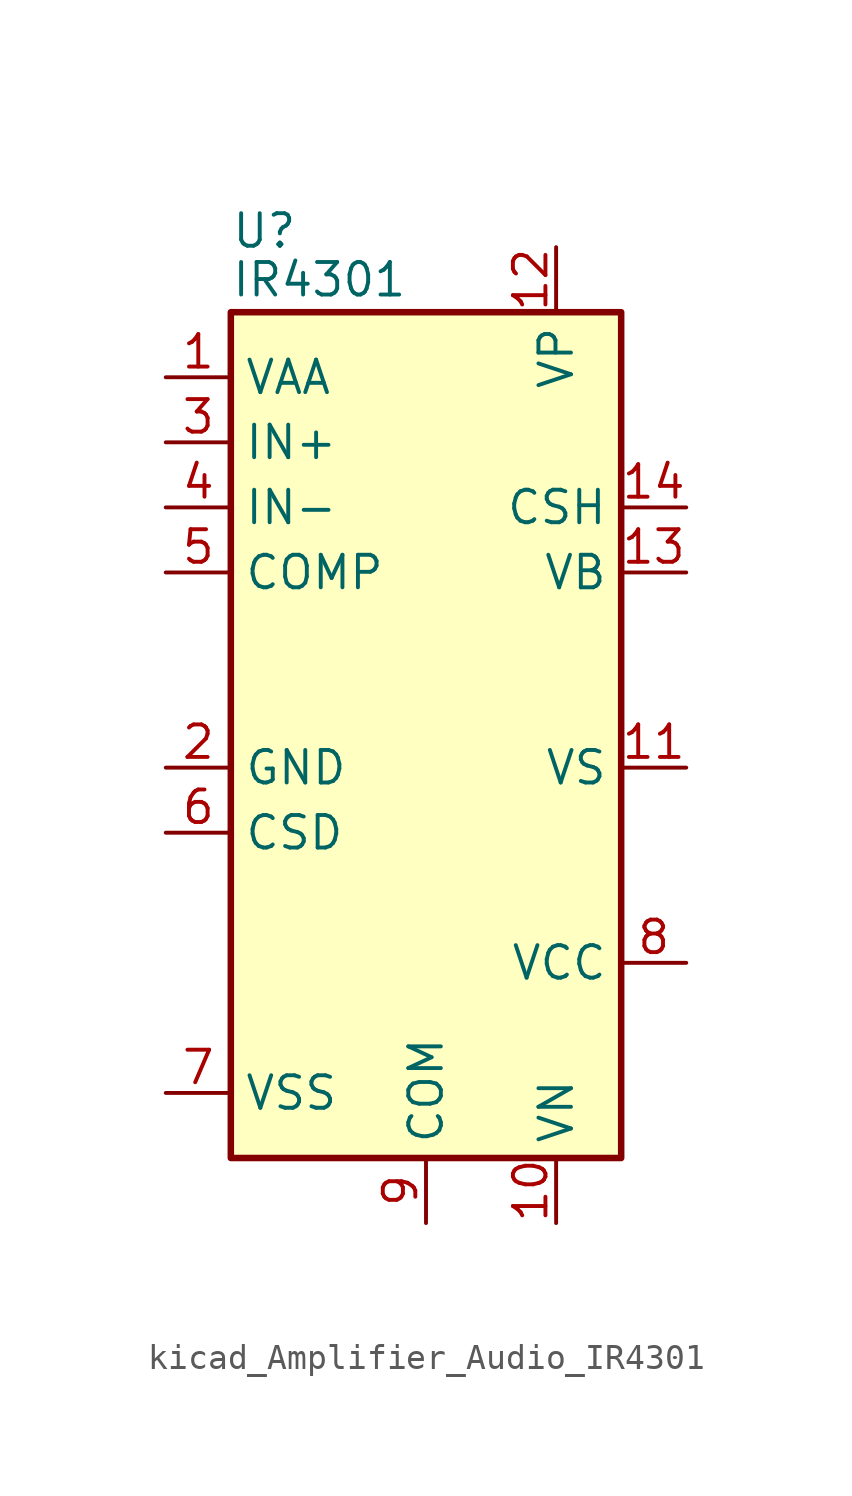
<source format=kicad_sym>
(kicad_symbol_lib
  (version 20220914)
  (generator kicad_symbol_editor)
  (symbol "kicad_Amplifier_Audio_IR4301"
    (property "Reference" "U"
      (at -7.62 20.955 0)
      (effects (font (size 1.27 1.27)) (justify left)))
    (property "Value" "IR4301"
      (at -7.62 19.05 0)
      (effects (font (size 1.27 1.27)) (justify left)))
    (symbol "kicad_Amplifier_Audio_IR4301_0_1"
      (rectangle (start -7.62 -15.24) (end 7.62 17.78) (stroke (width 0.254) (type default)) (fill (type background))))
    (symbol "kicad_Amplifier_Audio_IR4301_1_1"
      (pin power_in line (at -10.16 15.24 0) (length 2.54) (name "VAA" (effects (font (size 1.27 1.27)))) (number "1" (effects (font (size 1.27 1.27)))))
      (pin power_in line (at 5.08 -17.78 90) (length 2.54) (name "VN" (effects (font (size 1.27 1.27)))) (number "10" (effects (font (size 1.27 1.27)))))
      (pin output line (at 10.16 0 180) (length 2.54) (name "VS" (effects (font (size 1.27 1.27)))) (number "11" (effects (font (size 1.27 1.27)))))
      (pin power_in line (at 5.08 20.32 270) (length 2.54) (name "VP" (effects (font (size 1.27 1.27)))) (number "12" (effects (font (size 1.27 1.27)))))
      (pin power_in line (at 10.16 7.62 180) (length 2.54) (name "VB" (effects (font (size 1.27 1.27)))) (number "13" (effects (font (size 1.27 1.27)))))
      (pin passive line (at 10.16 10.16 180) (length 2.54) (name "CSH" (effects (font (size 1.27 1.27)))) (number "14" (effects (font (size 1.27 1.27)))))
      (pin passive line (at 0 -17.78 90) (length 2.54) hide (name "COM" (effects (font (size 1.27 1.27)))) (number "15" (effects (font (size 1.27 1.27)))))
      (pin power_in line (at -10.16 0 0) (length 2.54) (name "GND" (effects (font (size 1.27 1.27)))) (number "2" (effects (font (size 1.27 1.27)))))
      (pin input line (at -10.16 12.7 0) (length 2.54) (name "IN+" (effects (font (size 1.27 1.27)))) (number "3" (effects (font (size 1.27 1.27)))))
      (pin input line (at -10.16 10.16 0) (length 2.54) (name "IN-" (effects (font (size 1.27 1.27)))) (number "4" (effects (font (size 1.27 1.27)))))
      (pin output line (at -10.16 7.62 0) (length 2.54) (name "COMP" (effects (font (size 1.27 1.27)))) (number "5" (effects (font (size 1.27 1.27)))))
      (pin passive line (at -10.16 -2.54 0) (length 2.54) (name "CSD" (effects (font (size 1.27 1.27)))) (number "6" (effects (font (size 1.27 1.27)))))
      (pin power_in line (at -10.16 -12.7 0) (length 2.54) (name "VSS" (effects (font (size 1.27 1.27)))) (number "7" (effects (font (size 1.27 1.27)))))
      (pin power_in line (at 10.16 -7.62 180) (length 2.54) (name "VCC" (effects (font (size 1.27 1.27)))) (number "8" (effects (font (size 1.27 1.27)))))
      (pin power_in line (at 0 -17.78 90) (length 2.54) (name "COM" (effects (font (size 1.27 1.27)))) (number "9" (effects (font (size 1.27 1.27))))))))
</source>
